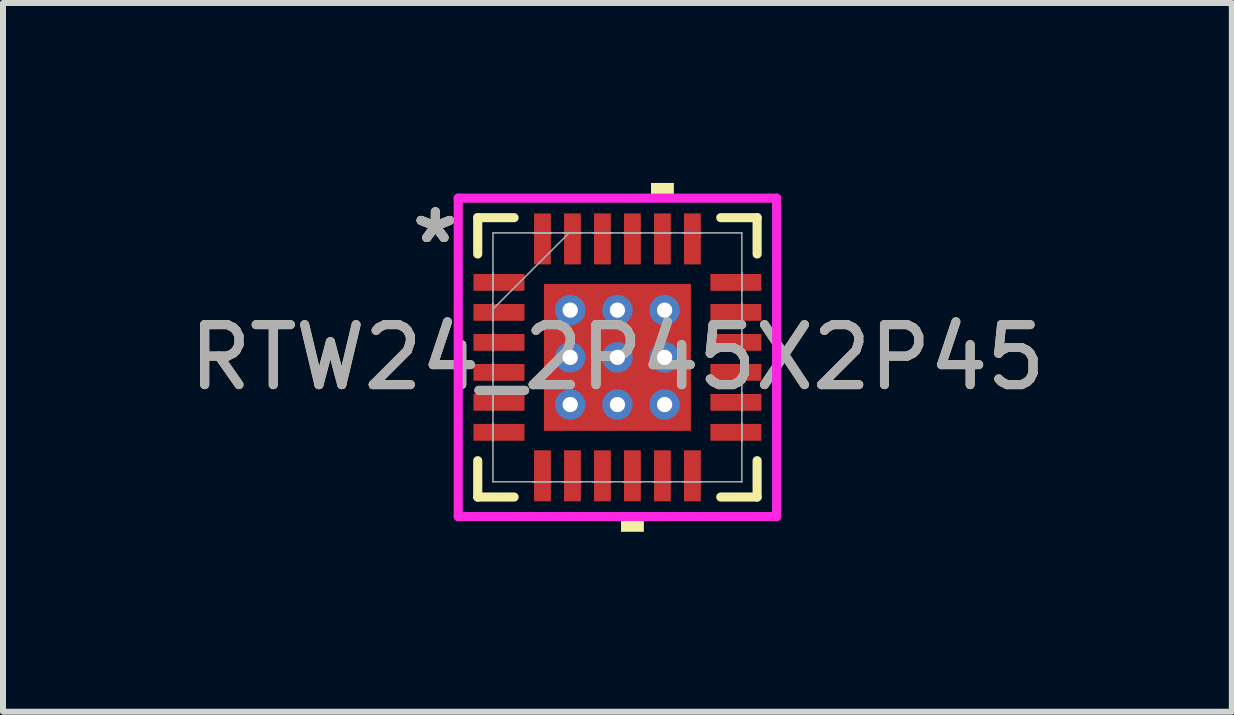
<source format=kicad_pcb>
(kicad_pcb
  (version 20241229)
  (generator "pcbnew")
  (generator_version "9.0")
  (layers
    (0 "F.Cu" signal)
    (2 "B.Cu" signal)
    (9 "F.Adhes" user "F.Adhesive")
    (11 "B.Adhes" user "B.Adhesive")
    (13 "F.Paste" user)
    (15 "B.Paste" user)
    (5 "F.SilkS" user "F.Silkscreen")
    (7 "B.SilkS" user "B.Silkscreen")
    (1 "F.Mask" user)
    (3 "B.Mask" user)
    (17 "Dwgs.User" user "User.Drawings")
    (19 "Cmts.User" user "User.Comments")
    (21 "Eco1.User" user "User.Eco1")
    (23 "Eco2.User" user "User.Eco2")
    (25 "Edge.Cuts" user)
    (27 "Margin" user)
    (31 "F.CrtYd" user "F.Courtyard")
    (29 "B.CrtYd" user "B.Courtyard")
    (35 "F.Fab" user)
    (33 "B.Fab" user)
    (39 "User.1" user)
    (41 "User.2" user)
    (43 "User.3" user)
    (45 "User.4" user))
  (footprint "RTW24_2P45X2P45"
    (layer "F.Cu")
    (at 7.244 2.908)
    (property "Reference" "RTW24_2P45X2P45" (at 0 0 0) (unlocked yes) (layer "F.SilkS") (effects (font (size 1 1) (thickness 0.15))))
    (attr smd)
    (fp_poly (pts (xy -2.47 -1.46) (xy -2.47 -1.04) (xy -1.48 -1.04) (xy -1.48 -1.46)) (stroke (width 0) (type solid)) (fill yes) (layer "F.Mask"))
    (fp_poly (pts (xy -2.47 -0.96) (xy -2.47 -0.54) (xy -1.48 -0.54) (xy -1.48 -0.96)) (stroke (width 0) (type solid)) (fill yes) (layer "F.Mask"))
    (fp_poly (pts (xy -2.47 -0.46) (xy -2.47 -0.04) (xy -1.48 -0.04) (xy -1.48 -0.46)) (stroke (width 0) (type solid)) (fill yes) (layer "F.Mask"))
    (fp_poly (pts (xy -2.47 0.04) (xy -2.47 0.46) (xy -1.48 0.46) (xy -1.48 0.04)) (stroke (width 0) (type solid)) (fill yes) (layer "F.Mask"))
    (fp_poly (pts (xy -2.47 0.54) (xy -2.47 0.96) (xy -1.48 0.96) (xy -1.48 0.54)) (stroke (width 0) (type solid)) (fill yes) (layer "F.Mask"))
    (fp_poly (pts (xy -2.47 1.04) (xy -2.47 1.46) (xy -1.48 1.46) (xy -1.48 1.04)) (stroke (width 0) (type solid)) (fill yes) (layer "F.Mask"))
    (fp_poly (pts (xy -1.46 -2.47) (xy -1.46 -1.48) (xy -1.04 -1.48) (xy -1.04 -2.47)) (stroke (width 0) (type solid)) (fill yes) (layer "F.Mask"))
    (fp_poly (pts (xy -1.46 1.48) (xy -1.46 2.47) (xy -1.04 2.47) (xy -1.04 1.48)) (stroke (width 0) (type solid)) (fill yes) (layer "F.Mask"))
    (fp_poly (pts (xy -1.288 -1.288) (xy -0.987 -1.288) (xy -0.987 1.288) (xy -1.288 1.288)) (stroke (width 0) (type solid)) (fill yes) (layer "F.Mask"))
    (fp_poly (pts (xy -1.288 -1.288) (xy 1.288 -1.288) (xy 1.288 -0.987) (xy -1.288 -0.987)) (stroke (width 0) (type solid)) (fill yes) (layer "F.Mask"))
    (fp_poly (pts (xy -1.288 -0.587) (xy 1.288 -0.587) (xy 1.288 -0.2) (xy -1.288 -0.2)) (stroke (width 0) (type solid)) (fill yes) (layer "F.Mask"))
    (fp_poly (pts (xy -1.288 0.2) (xy 1.288 0.2) (xy 1.288 0.587) (xy -1.288 0.587)) (stroke (width 0) (type solid)) (fill yes) (layer "F.Mask"))
    (fp_poly (pts (xy -1.288 0.987) (xy 1.288 0.987) (xy 1.288 1.288) (xy -1.288 1.288)) (stroke (width 0) (type solid)) (fill yes) (layer "F.Mask"))
    (fp_poly (pts (xy -0.96 -2.47) (xy -0.96 -1.48) (xy -0.54 -1.48) (xy -0.54 -2.47)) (stroke (width 0) (type solid)) (fill yes) (layer "F.Mask"))
    (fp_poly (pts (xy -0.96 1.48) (xy -0.96 2.47) (xy -0.54 2.47) (xy -0.54 1.48)) (stroke (width 0) (type solid)) (fill yes) (layer "F.Mask"))
    (fp_poly (pts (xy -0.46 -2.47) (xy -0.46 -1.48) (xy -0.04 -1.48) (xy -0.04 -2.47)) (stroke (width 0) (type solid)) (fill yes) (layer "F.Mask"))
    (fp_poly (pts (xy -0.46 1.48) (xy -0.46 2.47) (xy -0.04 2.47) (xy -0.04 1.48)) (stroke (width 0) (type solid)) (fill yes) (layer "F.Mask"))
    (fp_poly (pts (xy -0.2 -1.288) (xy -0.587 -1.288) (xy -0.587 1.288) (xy -0.2 1.288)) (stroke (width 0) (type solid)) (fill yes) (layer "F.Mask"))
    (fp_poly (pts (xy 0.04 -2.47) (xy 0.04 -1.48) (xy 0.46 -1.48) (xy 0.46 -2.47)) (stroke (width 0) (type solid)) (fill yes) (layer "F.Mask"))
    (fp_poly (pts (xy 0.04 1.48) (xy 0.04 2.47) (xy 0.46 2.47) (xy 0.46 1.48)) (stroke (width 0) (type solid)) (fill yes) (layer "F.Mask"))
    (fp_poly (pts (xy 0.54 -2.47) (xy 0.54 -1.48) (xy 0.96 -1.48) (xy 0.96 -2.47)) (stroke (width 0) (type solid)) (fill yes) (layer "F.Mask"))
    (fp_poly (pts (xy 0.54 1.48) (xy 0.54 2.47) (xy 0.96 2.47) (xy 0.96 1.48)) (stroke (width 0) (type solid)) (fill yes) (layer "F.Mask"))
    (fp_poly (pts (xy 0.587 -1.288) (xy 0.2 -1.288) (xy 0.2 1.288) (xy 0.587 1.288)) (stroke (width 0) (type solid)) (fill yes) (layer "F.Mask"))
    (fp_poly (pts (xy 0.987 -1.288) (xy 1.288 -1.288) (xy 1.288 1.288) (xy 0.987 1.288)) (stroke (width 0) (type solid)) (fill yes) (layer "F.Mask"))
    (fp_poly (pts (xy 1.04 -2.47) (xy 1.04 -1.48) (xy 1.46 -1.48) (xy 1.46 -2.47)) (stroke (width 0) (type solid)) (fill yes) (layer "F.Mask"))
    (fp_poly (pts (xy 1.04 1.48) (xy 1.04 2.47) (xy 1.46 2.47) (xy 1.46 1.48)) (stroke (width 0) (type solid)) (fill yes) (layer "F.Mask"))
    (fp_poly (pts (xy 1.48 -1.46) (xy 1.48 -1.04) (xy 2.47 -1.04) (xy 2.47 -1.46)) (stroke (width 0) (type solid)) (fill yes) (layer "F.Mask"))
    (fp_poly (pts (xy 1.48 -0.96) (xy 1.48 -0.54) (xy 2.47 -0.54) (xy 2.47 -0.96)) (stroke (width 0) (type solid)) (fill yes) (layer "F.Mask"))
    (fp_poly (pts (xy 1.48 -0.46) (xy 1.48 -0.04) (xy 2.47 -0.04) (xy 2.47 -0.46)) (stroke (width 0) (type solid)) (fill yes) (layer "F.Mask"))
    (fp_poly (pts (xy 1.48 0.04) (xy 1.48 0.46) (xy 2.47 0.46) (xy 2.47 0.04)) (stroke (width 0) (type solid)) (fill yes) (layer "F.Mask"))
    (fp_poly (pts (xy 1.48 0.54) (xy 1.48 0.96) (xy 2.47 0.96) (xy 2.47 0.54)) (stroke (width 0) (type solid)) (fill yes) (layer "F.Mask"))
    (fp_poly (pts (xy 1.48 1.04) (xy 1.48 1.46) (xy 2.47 1.46) (xy 2.47 1.04)) (stroke (width 0) (type solid)) (fill yes) (layer "F.Mask"))
    (fp_line (start -2.329 -2.329) (end -2.329 -1.723) (stroke (width 0.152) (type solid)) (layer "F.SilkS"))
    (fp_line (start -2.329 1.723) (end -2.329 2.329) (stroke (width 0.152) (type solid)) (layer "F.SilkS"))
    (fp_line (start -2.329 2.329) (end -1.723 2.329) (stroke (width 0.152) (type solid)) (layer "F.SilkS"))
    (fp_line (start -1.723 -2.329) (end -2.329 -2.329) (stroke (width 0.152) (type solid)) (layer "F.SilkS"))
    (fp_line (start 1.723 2.329) (end 2.329 2.329) (stroke (width 0.152) (type solid)) (layer "F.SilkS"))
    (fp_line (start 2.329 -2.329) (end 1.723 -2.329) (stroke (width 0.152) (type solid)) (layer "F.SilkS"))
    (fp_line (start 2.329 -1.723) (end 2.329 -2.329) (stroke (width 0.152) (type solid)) (layer "F.SilkS"))
    (fp_line (start 2.329 2.329) (end 2.329 1.723) (stroke (width 0.152) (type solid)) (layer "F.SilkS"))
    (fp_poly (pts (xy 0.06 2.654) (xy 0.06 2.908) (xy 0.441 2.908) (xy 0.441 2.654)) (stroke (width 0) (type solid)) (fill yes) (layer "F.SilkS"))
    (fp_poly (pts (xy 0.56 -2.654) (xy 0.56 -2.908) (xy 0.941 -2.908) (xy 0.941 -2.654)) (stroke (width 0) (type solid)) (fill yes) (layer "F.SilkS"))
    (fp_poly (pts (xy -2.375 -1.365) (xy -2.375 -1.135) (xy -1.575 -1.135) (xy -1.575 -1.365)) (stroke (width 0) (type solid)) (fill yes) (layer "F.Paste"))
    (fp_poly (pts (xy -2.375 -0.865) (xy -2.375 -0.635) (xy -1.575 -0.635) (xy -1.575 -0.865)) (stroke (width 0) (type solid)) (fill yes) (layer "F.Paste"))
    (fp_poly (pts (xy -2.375 -0.365) (xy -2.375 -0.135) (xy -1.575 -0.135) (xy -1.575 -0.365)) (stroke (width 0) (type solid)) (fill yes) (layer "F.Paste"))
    (fp_poly (pts (xy -2.375 0.135) (xy -2.375 0.365) (xy -1.575 0.365) (xy -1.575 0.135)) (stroke (width 0) (type solid)) (fill yes) (layer "F.Paste"))
    (fp_poly (pts (xy -2.375 0.635) (xy -2.375 0.865) (xy -1.575 0.865) (xy -1.575 0.635)) (stroke (width 0) (type solid)) (fill yes) (layer "F.Paste"))
    (fp_poly (pts (xy -2.375 1.135) (xy -2.375 1.365) (xy -1.575 1.365) (xy -1.575 1.135)) (stroke (width 0) (type solid)) (fill yes) (layer "F.Paste"))
    (fp_poly (pts (xy -1.365 -2.375) (xy -1.365 -1.575) (xy -1.135 -1.575) (xy -1.135 -2.375)) (stroke (width 0) (type solid)) (fill yes) (layer "F.Paste"))
    (fp_poly (pts (xy -1.365 1.575) (xy -1.365 2.375) (xy -1.135 2.375) (xy -1.135 1.575)) (stroke (width 0) (type solid)) (fill yes) (layer "F.Paste"))
    (fp_poly (pts (xy -0.865 -2.375) (xy -0.865 -1.575) (xy -0.635 -1.575) (xy -0.635 -2.375)) (stroke (width 0) (type solid)) (fill yes) (layer "F.Paste"))
    (fp_poly (pts (xy -0.865 1.575) (xy -0.865 2.375) (xy -0.635 2.375) (xy -0.635 1.575)) (stroke (width 0) (type solid)) (fill yes) (layer "F.Paste"))
    (fp_poly (pts (xy -0.365 -2.375) (xy -0.365 -1.575) (xy -0.135 -1.575) (xy -0.135 -2.375)) (stroke (width 0) (type solid)) (fill yes) (layer "F.Paste"))
    (fp_poly (pts (xy -0.365 1.575) (xy -0.365 2.375) (xy -0.135 2.375) (xy -0.135 1.575)) (stroke (width 0) (type solid)) (fill yes) (layer "F.Paste"))
    (fp_poly (pts (xy 0.135 -2.375) (xy 0.135 -1.575) (xy 0.365 -1.575) (xy 0.365 -2.375)) (stroke (width 0) (type solid)) (fill yes) (layer "F.Paste"))
    (fp_poly (pts (xy 0.135 1.575) (xy 0.135 2.375) (xy 0.365 2.375) (xy 0.365 1.575)) (stroke (width 0) (type solid)) (fill yes) (layer "F.Paste"))
    (fp_poly (pts (xy 0.635 -2.375) (xy 0.635 -1.575) (xy 0.865 -1.575) (xy 0.865 -2.375)) (stroke (width 0) (type solid)) (fill yes) (layer "F.Paste"))
    (fp_poly (pts (xy 0.635 1.575) (xy 0.635 2.375) (xy 0.865 2.375) (xy 0.865 1.575)) (stroke (width 0) (type solid)) (fill yes) (layer "F.Paste"))
    (fp_poly (pts (xy 1.135 -2.375) (xy 1.135 -1.575) (xy 1.365 -1.575) (xy 1.365 -2.375)) (stroke (width 0) (type solid)) (fill yes) (layer "F.Paste"))
    (fp_poly (pts (xy 1.135 1.575) (xy 1.135 2.375) (xy 1.365 2.375) (xy 1.365 1.575)) (stroke (width 0) (type solid)) (fill yes) (layer "F.Paste"))
    (fp_poly (pts (xy 1.575 -1.365) (xy 1.575 -1.135) (xy 2.375 -1.135) (xy 2.375 -1.365)) (stroke (width 0) (type solid)) (fill yes) (layer "F.Paste"))
    (fp_poly (pts (xy 1.575 -0.865) (xy 1.575 -0.635) (xy 2.375 -0.635) (xy 2.375 -0.865)) (stroke (width 0) (type solid)) (fill yes) (layer "F.Paste"))
    (fp_poly (pts (xy 1.575 -0.365) (xy 1.575 -0.135) (xy 2.375 -0.135) (xy 2.375 -0.365)) (stroke (width 0) (type solid)) (fill yes) (layer "F.Paste"))
    (fp_poly (pts (xy 1.575 0.135) (xy 1.575 0.365) (xy 2.375 0.365) (xy 2.375 0.135)) (stroke (width 0) (type solid)) (fill yes) (layer "F.Paste"))
    (fp_poly (pts (xy 1.575 0.635) (xy 1.575 0.865) (xy 2.375 0.865) (xy 2.375 0.635)) (stroke (width 0) (type solid)) (fill yes) (layer "F.Paste"))
    (fp_poly (pts (xy 1.575 1.135) (xy 1.575 1.365) (xy 2.375 1.365) (xy 2.375 1.135)) (stroke (width 0) (type solid)) (fill yes) (layer "F.Paste"))
    (fp_poly (pts (xy -1.15 -1.15) (xy -1.15 -0.887) (xy -1.029 -0.887) (xy -0.887 -1.029) (xy -0.887 -1.15)) (stroke (width 0) (type solid)) (fill yes) (layer "F.Paste"))
    (fp_poly (pts (xy -1.15 0.887) (xy -1.15 1.15) (xy -0.887 1.15) (xy -0.887 1.029) (xy -1.029 0.887)) (stroke (width 0) (type solid)) (fill yes) (layer "F.Paste"))
    (fp_poly (pts (xy 0.887 -1.15) (xy 0.887 -1.029) (xy 1.029 -0.887) (xy 1.15 -0.887) (xy 1.15 -1.15)) (stroke (width 0) (type solid)) (fill yes) (layer "F.Paste"))
    (fp_poly (pts (xy 1.029 0.887) (xy 0.887 1.029) (xy 0.887 1.15) (xy 1.15 1.15) (xy 1.15 0.887)) (stroke (width 0) (type solid)) (fill yes) (layer "F.Paste"))
    (fp_poly (pts (xy -1.15 -0.687) (xy -1.15 -0.1) (xy -1.029 -0.1) (xy -0.887 -0.241) (xy -0.887 -0.546) (xy -1.029 -0.687)) (stroke (width 0) (type solid)) (fill yes) (layer "F.Paste"))
    (fp_poly (pts (xy -1.15 0.1) (xy -1.15 0.687) (xy -1.029 0.687) (xy -0.887 0.546) (xy -0.887 0.241) (xy -1.029 0.1)) (stroke (width 0) (type solid)) (fill yes) (layer "F.Paste"))
    (fp_poly (pts (xy -0.687 -1.15) (xy -0.687 -1.029) (xy -0.546 -0.887) (xy -0.241 -0.887) (xy -0.1 -1.029) (xy -0.1 -1.15)) (stroke (width 0) (type solid)) (fill yes) (layer "F.Paste"))
    (fp_poly (pts (xy -0.546 0.887) (xy -0.687 1.029) (xy -0.687 1.15) (xy -0.1 1.15) (xy -0.1 1.029) (xy -0.241 0.887)) (stroke (width 0) (type solid)) (fill yes) (layer "F.Paste"))
    (fp_poly (pts (xy 0.1 -1.15) (xy 0.1 -1.029) (xy 0.241 -0.887) (xy 0.546 -0.887) (xy 0.687 -1.029) (xy 0.687 -1.15)) (stroke (width 0) (type solid)) (fill yes) (layer "F.Paste"))
    (fp_poly (pts (xy 0.241 0.887) (xy 0.1 1.029) (xy 0.1 1.15) (xy 0.687 1.15) (xy 0.687 1.029) (xy 0.546 0.887)) (stroke (width 0) (type solid)) (fill yes) (layer "F.Paste"))
    (fp_poly (pts (xy 1.029 -0.687) (xy 0.887 -0.546) (xy 0.887 -0.241) (xy 1.029 -0.1) (xy 1.15 -0.1) (xy 1.15 -0.687)) (stroke (width 0) (type solid)) (fill yes) (layer "F.Paste"))
    (fp_poly (pts (xy 1.029 0.1) (xy 0.887 0.241) (xy 0.887 0.546) (xy 1.029 0.687) (xy 1.15 0.687) (xy 1.15 0.1)) (stroke (width 0) (type solid)) (fill yes) (layer "F.Paste"))
    (fp_poly (pts (xy -0.546 -0.687) (xy -0.687 -0.546) (xy -0.687 -0.241) (xy -0.546 -0.1) (xy -0.241 -0.1) (xy -0.1 -0.241) (xy -0.1 -0.546) (xy -0.241 -0.687)) (stroke (width 0) (type solid)) (fill yes) (layer "F.Paste"))
    (fp_poly (pts (xy -0.546 0.1) (xy -0.687 0.241) (xy -0.687 0.546) (xy -0.546 0.687) (xy -0.241 0.687) (xy -0.1 0.546) (xy -0.1 0.241) (xy -0.241 0.1)) (stroke (width 0) (type solid)) (fill yes) (layer "F.Paste"))
    (fp_poly (pts (xy 0.241 -0.687) (xy 0.1 -0.546) (xy 0.1 -0.241) (xy 0.241 -0.1) (xy 0.546 -0.1) (xy 0.687 -0.241) (xy 0.687 -0.546) (xy 0.546 -0.687)) (stroke (width 0) (type solid)) (fill yes) (layer "F.Paste"))
    (fp_poly (pts (xy 0.241 0.1) (xy 0.1 0.241) (xy 0.1 0.546) (xy 0.241 0.687) (xy 0.546 0.687) (xy 0.687 0.546) (xy 0.687 0.241) (xy 0.546 0.1)) (stroke (width 0) (type solid)) (fill yes) (layer "F.Paste"))
    (fp_line (start -2.654 -2.654) (end 2.654 -2.654) (stroke (width 0.152) (type solid)) (layer "F.CrtYd"))
    (fp_line (start -2.654 2.654) (end -2.654 -2.654) (stroke (width 0.152) (type solid)) (layer "F.CrtYd"))
    (fp_line (start 2.654 -2.654) (end 2.654 2.654) (stroke (width 0.152) (type solid)) (layer "F.CrtYd"))
    (fp_line (start 2.654 2.654) (end -2.654 2.654) (stroke (width 0.152) (type solid)) (layer "F.CrtYd"))
    (fp_line (start -2.075 -2.075) (end -2.075 2.075) (stroke (width 0.025) (type solid)) (layer "F.Fab"))
    (fp_line (start -2.075 -1.4) (end -2.075 -1.4) (stroke (width 0.025) (type solid)) (layer "F.Fab"))
    (fp_line (start -2.075 -1.4) (end -2.075 -1.1) (stroke (width 0.025) (type solid)) (layer "F.Fab"))
    (fp_line (start -2.075 -1.1) (end -2.075 -1.4) (stroke (width 0.025) (type solid)) (layer "F.Fab"))
    (fp_line (start -2.075 -1.1) (end -2.075 -1.1) (stroke (width 0.025) (type solid)) (layer "F.Fab"))
    (fp_line (start -2.075 -0.9) (end -2.075 -0.9) (stroke (width 0.025) (type solid)) (layer "F.Fab"))
    (fp_line (start -2.075 -0.9) (end -2.075 -0.6) (stroke (width 0.025) (type solid)) (layer "F.Fab"))
    (fp_line (start -2.075 -0.805) (end -0.805 -2.075) (stroke (width 0.025) (type solid)) (layer "F.Fab"))
    (fp_line (start -2.075 -0.6) (end -2.075 -0.9) (stroke (width 0.025) (type solid)) (layer "F.Fab"))
    (fp_line (start -2.075 -0.6) (end -2.075 -0.6) (stroke (width 0.025) (type solid)) (layer "F.Fab"))
    (fp_line (start -2.075 -0.4) (end -2.075 -0.4) (stroke (width 0.025) (type solid)) (layer "F.Fab"))
    (fp_line (start -2.075 -0.4) (end -2.075 -0.1) (stroke (width 0.025) (type solid)) (layer "F.Fab"))
    (fp_line (start -2.075 -0.1) (end -2.075 -0.4) (stroke (width 0.025) (type solid)) (layer "F.Fab"))
    (fp_line (start -2.075 -0.1) (end -2.075 -0.1) (stroke (width 0.025) (type solid)) (layer "F.Fab"))
    (fp_line (start -2.075 0.1) (end -2.075 0.1) (stroke (width 0.025) (type solid)) (layer "F.Fab"))
    (fp_line (start -2.075 0.1) (end -2.075 0.4) (stroke (width 0.025) (type solid)) (layer "F.Fab"))
    (fp_line (start -2.075 0.4) (end -2.075 0.1) (stroke (width 0.025) (type solid)) (layer "F.Fab"))
    (fp_line (start -2.075 0.4) (end -2.075 0.4) (stroke (width 0.025) (type solid)) (layer "F.Fab"))
    (fp_line (start -2.075 0.6) (end -2.075 0.6) (stroke (width 0.025) (type solid)) (layer "F.Fab"))
    (fp_line (start -2.075 0.6) (end -2.075 0.9) (stroke (width 0.025) (type solid)) (layer "F.Fab"))
    (fp_line (start -2.075 0.9) (end -2.075 0.6) (stroke (width 0.025) (type solid)) (layer "F.Fab"))
    (fp_line (start -2.075 0.9) (end -2.075 0.9) (stroke (width 0.025) (type solid)) (layer "F.Fab"))
    (fp_line (start -2.075 1.1) (end -2.075 1.1) (stroke (width 0.025) (type solid)) (layer "F.Fab"))
    (fp_line (start -2.075 1.1) (end -2.075 1.4) (stroke (width 0.025) (type solid)) (layer "F.Fab"))
    (fp_line (start -2.075 1.4) (end -2.075 1.1) (stroke (width 0.025) (type solid)) (layer "F.Fab"))
    (fp_line (start -2.075 1.4) (end -2.075 1.4) (stroke (width 0.025) (type solid)) (layer "F.Fab"))
    (fp_line (start -2.075 2.075) (end 2.075 2.075) (stroke (width 0.025) (type solid)) (layer "F.Fab"))
    (fp_line (start -1.4 -2.075) (end -1.4 -2.075) (stroke (width 0.025) (type solid)) (layer "F.Fab"))
    (fp_line (start -1.4 -2.075) (end -1.1 -2.075) (stroke (width 0.025) (type solid)) (layer "F.Fab"))
    (fp_line (start -1.4 2.075) (end -1.4 2.075) (stroke (width 0.025) (type solid)) (layer "F.Fab"))
    (fp_line (start -1.4 2.075) (end -1.1 2.075) (stroke (width 0.025) (type solid)) (layer "F.Fab"))
    (fp_line (start -1.1 -2.075) (end -1.4 -2.075) (stroke (width 0.025) (type solid)) (layer "F.Fab"))
    (fp_line (start -1.1 -2.075) (end -1.1 -2.075) (stroke (width 0.025) (type solid)) (layer "F.Fab"))
    (fp_line (start -1.1 2.075) (end -1.4 2.075) (stroke (width 0.025) (type solid)) (layer "F.Fab"))
    (fp_line (start -1.1 2.075) (end -1.1 2.075) (stroke (width 0.025) (type solid)) (layer "F.Fab"))
    (fp_line (start -0.9 -2.075) (end -0.9 -2.075) (stroke (width 0.025) (type solid)) (layer "F.Fab"))
    (fp_line (start -0.9 -2.075) (end -0.6 -2.075) (stroke (width 0.025) (type solid)) (layer "F.Fab"))
    (fp_line (start -0.9 2.075) (end -0.9 2.075) (stroke (width 0.025) (type solid)) (layer "F.Fab"))
    (fp_line (start -0.9 2.075) (end -0.6 2.075) (stroke (width 0.025) (type solid)) (layer "F.Fab"))
    (fp_line (start -0.6 -2.075) (end -0.9 -2.075) (stroke (width 0.025) (type solid)) (layer "F.Fab"))
    (fp_line (start -0.6 -2.075) (end -0.6 -2.075) (stroke (width 0.025) (type solid)) (layer "F.Fab"))
    (fp_line (start -0.6 2.075) (end -0.9 2.075) (stroke (width 0.025) (type solid)) (layer "F.Fab"))
    (fp_line (start -0.6 2.075) (end -0.6 2.075) (stroke (width 0.025) (type solid)) (layer "F.Fab"))
    (fp_line (start -0.4 -2.075) (end -0.4 -2.075) (stroke (width 0.025) (type solid)) (layer "F.Fab"))
    (fp_line (start -0.4 -2.075) (end -0.1 -2.075) (stroke (width 0.025) (type solid)) (layer "F.Fab"))
    (fp_line (start -0.4 2.075) (end -0.4 2.075) (stroke (width 0.025) (type solid)) (layer "F.Fab"))
    (fp_line (start -0.4 2.075) (end -0.1 2.075) (stroke (width 0.025) (type solid)) (layer "F.Fab"))
    (fp_line (start -0.1 -2.075) (end -0.4 -2.075) (stroke (width 0.025) (type solid)) (layer "F.Fab"))
    (fp_line (start -0.1 -2.075) (end -0.1 -2.075) (stroke (width 0.025) (type solid)) (layer "F.Fab"))
    (fp_line (start -0.1 2.075) (end -0.4 2.075) (stroke (width 0.025) (type solid)) (layer "F.Fab"))
    (fp_line (start -0.1 2.075) (end -0.1 2.075) (stroke (width 0.025) (type solid)) (layer "F.Fab"))
    (fp_line (start 0.1 -2.075) (end 0.1 -2.075) (stroke (width 0.025) (type solid)) (layer "F.Fab"))
    (fp_line (start 0.1 -2.075) (end 0.4 -2.075) (stroke (width 0.025) (type solid)) (layer "F.Fab"))
    (fp_line (start 0.1 2.075) (end 0.1 2.075) (stroke (width 0.025) (type solid)) (layer "F.Fab"))
    (fp_line (start 0.1 2.075) (end 0.4 2.075) (stroke (width 0.025) (type solid)) (layer "F.Fab"))
    (fp_line (start 0.4 -2.075) (end 0.1 -2.075) (stroke (width 0.025) (type solid)) (layer "F.Fab"))
    (fp_line (start 0.4 -2.075) (end 0.4 -2.075) (stroke (width 0.025) (type solid)) (layer "F.Fab"))
    (fp_line (start 0.4 2.075) (end 0.1 2.075) (stroke (width 0.025) (type solid)) (layer "F.Fab"))
    (fp_line (start 0.4 2.075) (end 0.4 2.075) (stroke (width 0.025) (type solid)) (layer "F.Fab"))
    (fp_line (start 0.6 -2.075) (end 0.6 -2.075) (stroke (width 0.025) (type solid)) (layer "F.Fab"))
    (fp_line (start 0.6 -2.075) (end 0.9 -2.075) (stroke (width 0.025) (type solid)) (layer "F.Fab"))
    (fp_line (start 0.6 2.075) (end 0.6 2.075) (stroke (width 0.025) (type solid)) (layer "F.Fab"))
    (fp_line (start 0.6 2.075) (end 0.9 2.075) (stroke (width 0.025) (type solid)) (layer "F.Fab"))
    (fp_line (start 0.9 -2.075) (end 0.6 -2.075) (stroke (width 0.025) (type solid)) (layer "F.Fab"))
    (fp_line (start 0.9 -2.075) (end 0.9 -2.075) (stroke (width 0.025) (type solid)) (layer "F.Fab"))
    (fp_line (start 0.9 2.075) (end 0.6 2.075) (stroke (width 0.025) (type solid)) (layer "F.Fab"))
    (fp_line (start 0.9 2.075) (end 0.9 2.075) (stroke (width 0.025) (type solid)) (layer "F.Fab"))
    (fp_line (start 1.1 -2.075) (end 1.1 -2.075) (stroke (width 0.025) (type solid)) (layer "F.Fab"))
    (fp_line (start 1.1 -2.075) (end 1.4 -2.075) (stroke (width 0.025) (type solid)) (layer "F.Fab"))
    (fp_line (start 1.1 2.075) (end 1.1 2.075) (stroke (width 0.025) (type solid)) (layer "F.Fab"))
    (fp_line (start 1.1 2.075) (end 1.4 2.075) (stroke (width 0.025) (type solid)) (layer "F.Fab"))
    (fp_line (start 1.4 -2.075) (end 1.1 -2.075) (stroke (width 0.025) (type solid)) (layer "F.Fab"))
    (fp_line (start 1.4 -2.075) (end 1.4 -2.075) (stroke (width 0.025) (type solid)) (layer "F.Fab"))
    (fp_line (start 1.4 2.075) (end 1.1 2.075) (stroke (width 0.025) (type solid)) (layer "F.Fab"))
    (fp_line (start 1.4 2.075) (end 1.4 2.075) (stroke (width 0.025) (type solid)) (layer "F.Fab"))
    (fp_line (start 2.075 -2.075) (end -2.075 -2.075) (stroke (width 0.025) (type solid)) (layer "F.Fab"))
    (fp_line (start 2.075 -1.4) (end 2.075 -1.4) (stroke (width 0.025) (type solid)) (layer "F.Fab"))
    (fp_line (start 2.075 -1.4) (end 2.075 -1.1) (stroke (width 0.025) (type solid)) (layer "F.Fab"))
    (fp_line (start 2.075 -1.1) (end 2.075 -1.4) (stroke (width 0.025) (type solid)) (layer "F.Fab"))
    (fp_line (start 2.075 -1.1) (end 2.075 -1.1) (stroke (width 0.025) (type solid)) (layer "F.Fab"))
    (fp_line (start 2.075 -0.9) (end 2.075 -0.9) (stroke (width 0.025) (type solid)) (layer "F.Fab"))
    (fp_line (start 2.075 -0.9) (end 2.075 -0.6) (stroke (width 0.025) (type solid)) (layer "F.Fab"))
    (fp_line (start 2.075 -0.6) (end 2.075 -0.9) (stroke (width 0.025) (type solid)) (layer "F.Fab"))
    (fp_line (start 2.075 -0.6) (end 2.075 -0.6) (stroke (width 0.025) (type solid)) (layer "F.Fab"))
    (fp_line (start 2.075 -0.4) (end 2.075 -0.4) (stroke (width 0.025) (type solid)) (layer "F.Fab"))
    (fp_line (start 2.075 -0.4) (end 2.075 -0.1) (stroke (width 0.025) (type solid)) (layer "F.Fab"))
    (fp_line (start 2.075 -0.1) (end 2.075 -0.4) (stroke (width 0.025) (type solid)) (layer "F.Fab"))
    (fp_line (start 2.075 -0.1) (end 2.075 -0.1) (stroke (width 0.025) (type solid)) (layer "F.Fab"))
    (fp_line (start 2.075 0.1) (end 2.075 0.1) (stroke (width 0.025) (type solid)) (layer "F.Fab"))
    (fp_line (start 2.075 0.1) (end 2.075 0.4) (stroke (width 0.025) (type solid)) (layer "F.Fab"))
    (fp_line (start 2.075 0.4) (end 2.075 0.1) (stroke (width 0.025) (type solid)) (layer "F.Fab"))
    (fp_line (start 2.075 0.4) (end 2.075 0.4) (stroke (width 0.025) (type solid)) (layer "F.Fab"))
    (fp_line (start 2.075 0.6) (end 2.075 0.6) (stroke (width 0.025) (type solid)) (layer "F.Fab"))
    (fp_line (start 2.075 0.6) (end 2.075 0.9) (stroke (width 0.025) (type solid)) (layer "F.Fab"))
    (fp_line (start 2.075 0.9) (end 2.075 0.6) (stroke (width 0.025) (type solid)) (layer "F.Fab"))
    (fp_line (start 2.075 0.9) (end 2.075 0.9) (stroke (width 0.025) (type solid)) (layer "F.Fab"))
    (fp_line (start 2.075 1.1) (end 2.075 1.1) (stroke (width 0.025) (type solid)) (layer "F.Fab"))
    (fp_line (start 2.075 1.1) (end 2.075 1.4) (stroke (width 0.025) (type solid)) (layer "F.Fab"))
    (fp_line (start 2.075 1.4) (end 2.075 1.1) (stroke (width 0.025) (type solid)) (layer "F.Fab"))
    (fp_line (start 2.075 1.4) (end 2.075 1.4) (stroke (width 0.025) (type solid)) (layer "F.Fab"))
    (fp_line (start 2.075 2.075) (end 2.075 -2.075) (stroke (width 0.025) (type solid)) (layer "F.Fab"))
    (fp_text user "*" (at -3.035 -1.881 0) (unlocked yes) (layer "F.SilkS") (effects (font (size 1 1) (thickness 0.15))))
    (fp_text user "*" (at -3.035 -1.881 0) (layer "F.SilkS") (effects (font (size 1 1) (thickness 0.15))))
    (fp_text user "${REFERENCE}" (at 0 0 0) (unlocked yes) (layer "F.Fab") (effects (font (size 1 1) (thickness 0.15))))
    (fp_text user "*" (at -3.035 -1.881 0) (unlocked yes) (layer "F.Fab") (effects (font (size 1 1) (thickness 0.15))))
    (fp_text user "*" (at -3.035 -1.881 0) (layer "F.Fab") (effects (font (size 1 1) (thickness 0.15))))
    (pad "1" smd rect (at -1.975 -1.25 90) (size 0.28 0.85) (layers "F.Cu" "F.Mask"))
    (pad "2" smd rect (at -1.975 -0.75 90) (size 0.28 0.85) (layers "F.Cu" "F.Mask"))
    (pad "3" smd rect (at -1.975 -0.25 90) (size 0.28 0.85) (layers "F.Cu" "F.Mask"))
    (pad "4" smd rect (at -1.975 0.25 90) (size 0.28 0.85) (layers "F.Cu" "F.Mask"))
    (pad "5" smd rect (at -1.975 0.75 90) (size 0.28 0.85) (layers "F.Cu" "F.Mask"))
    (pad "6" smd rect (at -1.975 1.25 90) (size 0.28 0.85) (layers "F.Cu" "F.Mask"))
    (pad "7" smd rect (at -1.25 1.975) (size 0.28 0.85) (layers "F.Cu" "F.Mask"))
    (pad "8" smd rect (at -0.75 1.975) (size 0.28 0.85) (layers "F.Cu" "F.Mask"))
    (pad "9" smd rect (at -0.25 1.975) (size 0.28 0.85) (layers "F.Cu" "F.Mask"))
    (pad "10" smd rect (at 0.25 1.975) (size 0.28 0.85) (layers "F.Cu" "F.Mask"))
    (pad "11" smd rect (at 0.75 1.975) (size 0.28 0.85) (layers "F.Cu" "F.Mask"))
    (pad "12" smd rect (at 1.25 1.975) (size 0.28 0.85) (layers "F.Cu" "F.Mask"))
    (pad "13" smd rect (at 1.975 1.25 90) (size 0.28 0.85) (layers "F.Cu" "F.Mask"))
    (pad "14" smd rect (at 1.975 0.75 90) (size 0.28 0.85) (layers "F.Cu" "F.Mask"))
    (pad "15" smd rect (at 1.975 0.25 90) (size 0.28 0.85) (layers "F.Cu" "F.Mask"))
    (pad "16" smd rect (at 1.975 -0.25 90) (size 0.28 0.85) (layers "F.Cu" "F.Mask"))
    (pad "17" smd rect (at 1.975 -0.75 90) (size 0.28 0.85) (layers "F.Cu" "F.Mask"))
    (pad "18" smd rect (at 1.975 -1.25 90) (size 0.28 0.85) (layers "F.Cu" "F.Mask"))
    (pad "19" smd rect (at 1.25 -1.975) (size 0.28 0.85) (layers "F.Cu" "F.Mask"))
    (pad "20" smd rect (at 0.75 -1.975) (size 0.28 0.85) (layers "F.Cu" "F.Mask"))
    (pad "21" smd rect (at 0.25 -1.975) (size 0.28 0.85) (layers "F.Cu" "F.Mask"))
    (pad "22" smd rect (at -0.25 -1.975) (size 0.28 0.85) (layers "F.Cu" "F.Mask"))
    (pad "23" smd rect (at -0.75 -1.975) (size 0.28 0.85) (layers "F.Cu" "F.Mask"))
    (pad "24" smd rect (at -1.25 -1.975) (size 0.28 0.85) (layers "F.Cu" "F.Mask"))
    (pad "25" smd rect (at 0 0) (size 2.45 2.45) (layers "F.Cu"))
    (pad "V" thru_hole circle (at -0.787 -0.787) (size 0.508 0.508) (drill 0.254) (layers "*.Cu" "*.Mask"))
    (pad "V" thru_hole circle (at -0.787 0) (size 0.508 0.508) (drill 0.254) (layers "*.Cu" "*.Mask"))
    (pad "V" thru_hole circle (at -0.787 0.787) (size 0.508 0.508) (drill 0.254) (layers "*.Cu" "*.Mask"))
    (pad "V" thru_hole circle (at 0 -0.787) (size 0.508 0.508) (drill 0.254) (layers "*.Cu" "*.Mask"))
    (pad "V" thru_hole circle (at 0 0) (size 0.508 0.508) (drill 0.254) (layers "*.Cu" "*.Mask"))
    (pad "V" thru_hole circle (at 0 0.787) (size 0.508 0.508) (drill 0.254) (layers "*.Cu" "*.Mask"))
    (pad "V" thru_hole circle (at 0.787 -0.787) (size 0.508 0.508) (drill 0.254) (layers "*.Cu" "*.Mask"))
    (pad "V" thru_hole circle (at 0.787 0) (size 0.508 0.508) (drill 0.254) (layers "*.Cu" "*.Mask"))
    (pad "V" thru_hole circle (at 0.787 0.787) (size 0.508 0.508) (drill 0.254) (layers "*.Cu" "*.Mask")))
  (gr_rect
    (start -3 -3)
    (end 17.488 8.816)
    (stroke (width 0.1) (type default))
    (fill no)
    (layer "Edge.Cuts")))
</source>
